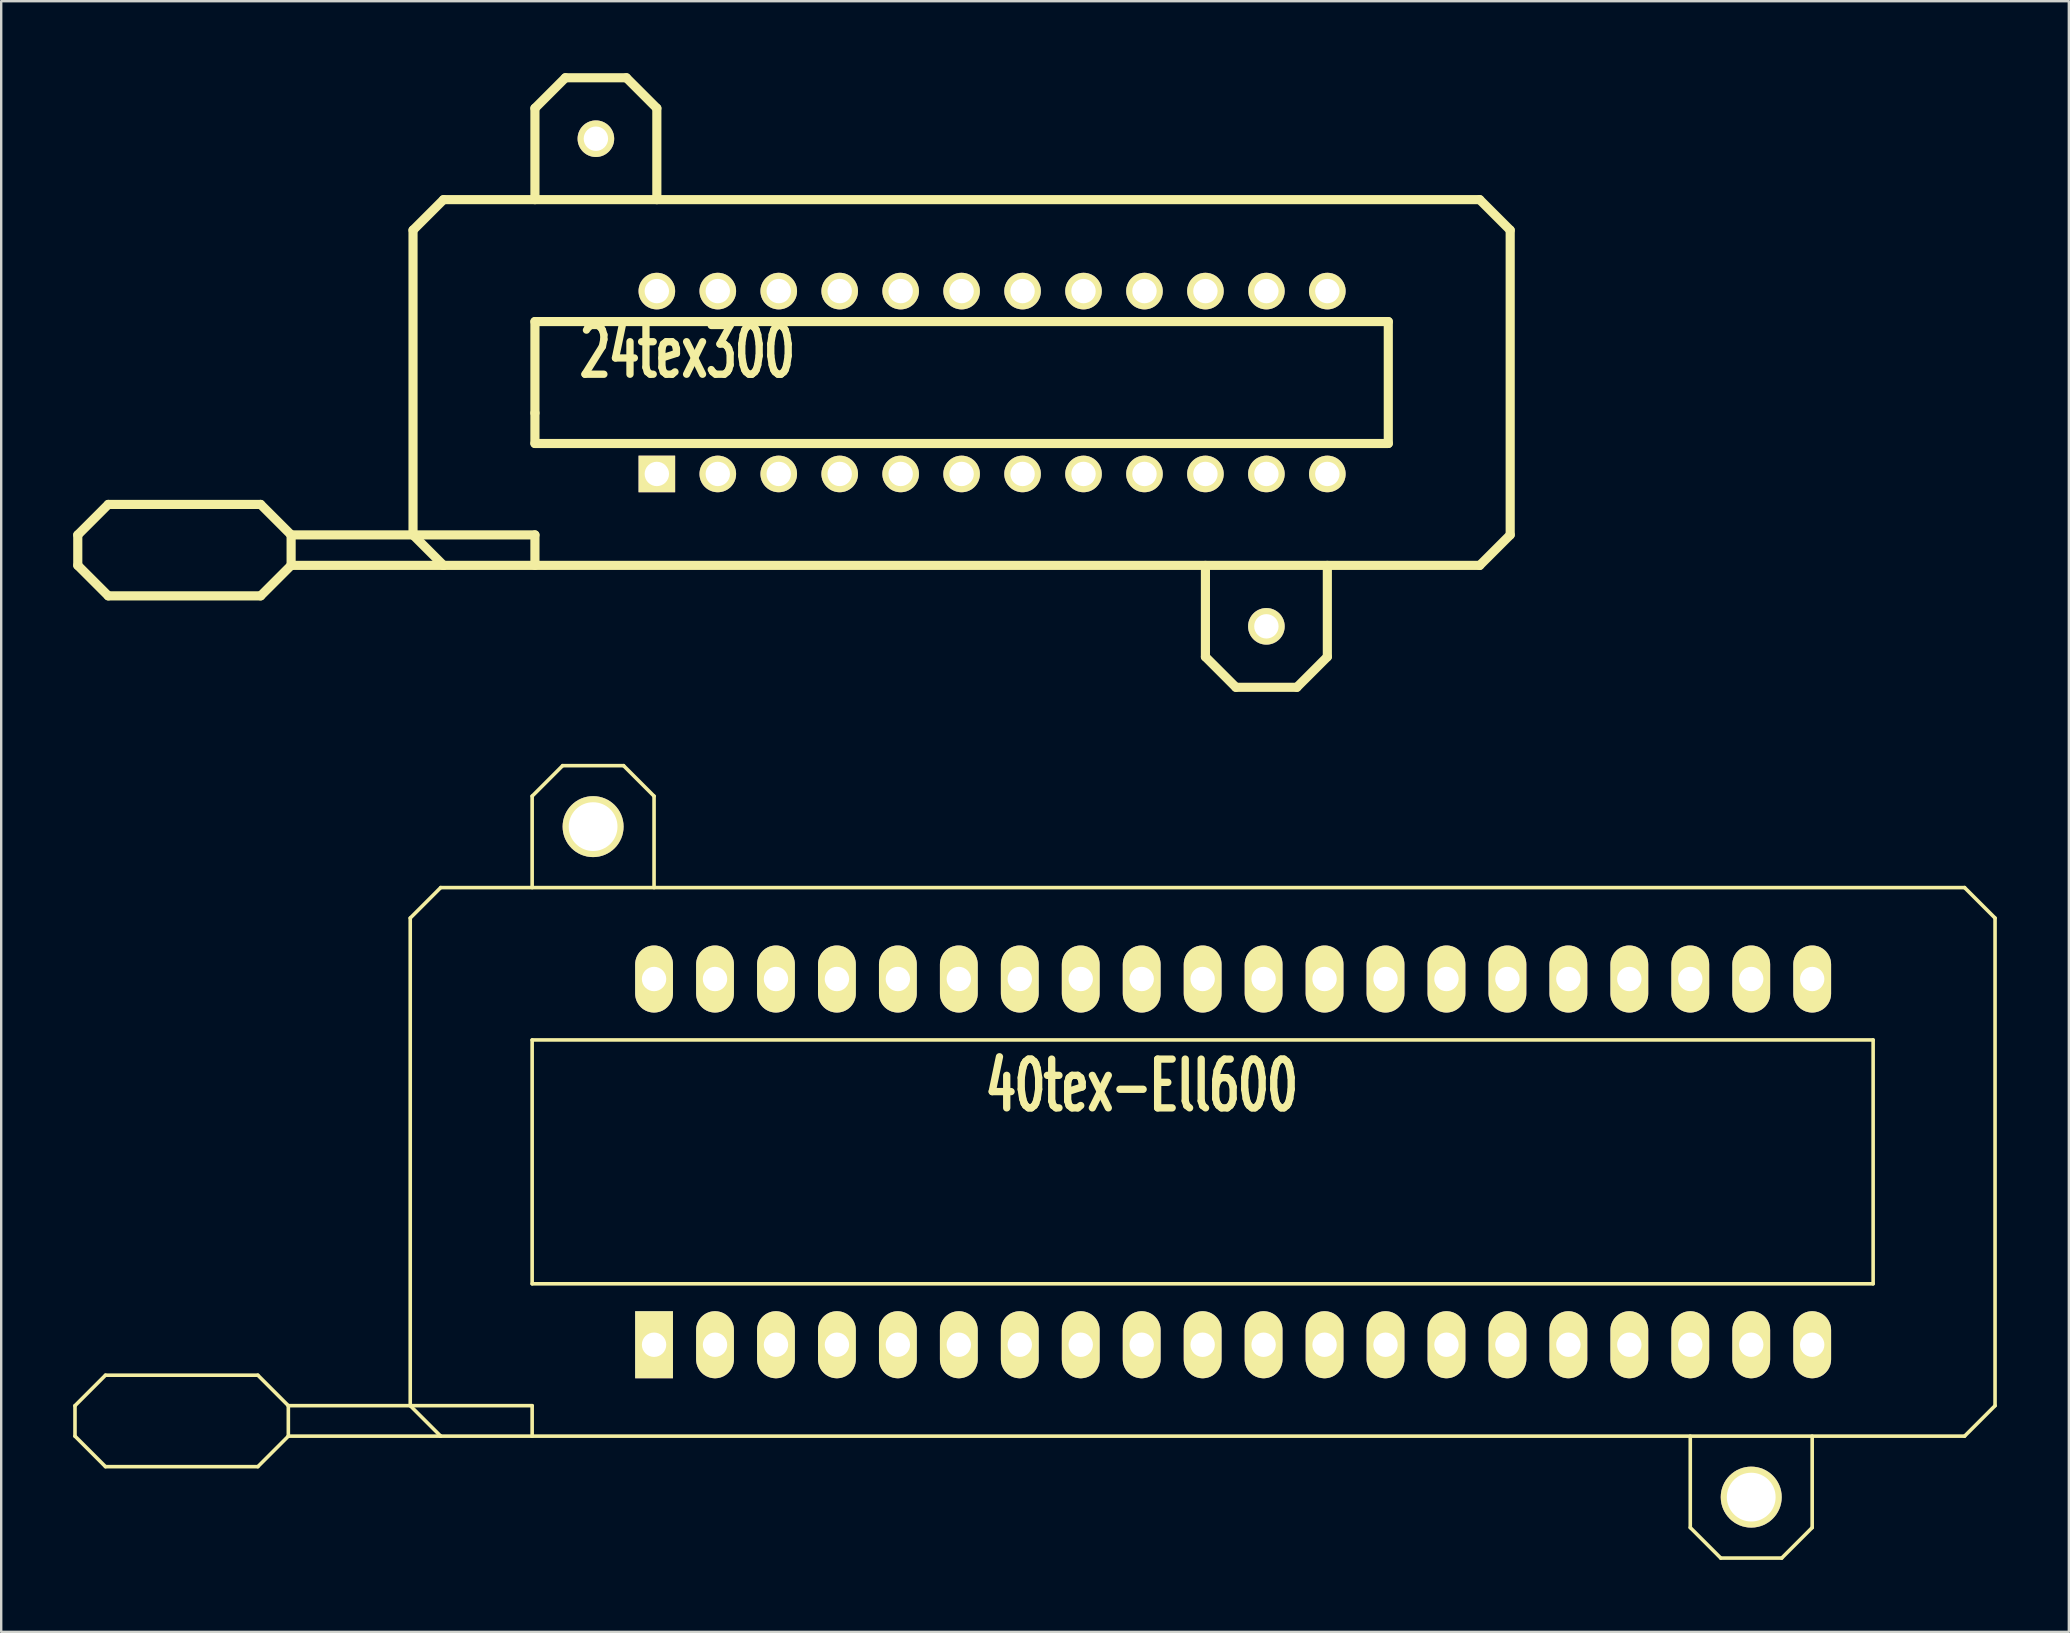
<source format=kicad_pcb>
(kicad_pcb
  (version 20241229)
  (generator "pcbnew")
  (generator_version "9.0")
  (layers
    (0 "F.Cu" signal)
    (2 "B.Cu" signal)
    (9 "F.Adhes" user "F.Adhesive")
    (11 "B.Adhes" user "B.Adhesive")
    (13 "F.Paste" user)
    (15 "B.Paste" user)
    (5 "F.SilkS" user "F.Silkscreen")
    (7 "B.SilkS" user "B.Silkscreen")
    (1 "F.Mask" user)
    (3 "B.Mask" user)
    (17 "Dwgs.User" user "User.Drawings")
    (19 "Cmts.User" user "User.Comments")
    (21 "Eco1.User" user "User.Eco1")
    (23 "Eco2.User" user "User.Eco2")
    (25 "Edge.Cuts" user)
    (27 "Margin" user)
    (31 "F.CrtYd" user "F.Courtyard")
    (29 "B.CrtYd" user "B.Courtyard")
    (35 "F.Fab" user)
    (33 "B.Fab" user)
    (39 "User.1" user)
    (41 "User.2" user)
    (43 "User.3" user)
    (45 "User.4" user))
  (footprint "40tex-Ell600"
    (layer "F.Cu")
    (at 48.335 45.366)
    (property "Reference" "40tex-Ell600" (at -3.81 -3.175 0) (layer "F.SilkS") (effects (font (size 2.032 1.27) (thickness 0.305))))
    (attr through_hole)
    (fp_line (start -48.26 10.16) (end -48.26 11.43) (stroke (width 0.15) (type solid)) (layer "F.SilkS"))
    (fp_line (start -48.26 11.43) (end -46.99 12.7) (stroke (width 0.15) (type solid)) (layer "F.SilkS"))
    (fp_line (start -46.99 8.89) (end -48.26 10.16) (stroke (width 0.15) (type solid)) (layer "F.SilkS"))
    (fp_line (start -46.99 12.7) (end -40.64 12.7) (stroke (width 0.15) (type solid)) (layer "F.SilkS"))
    (fp_line (start -40.64 8.89) (end -46.99 8.89) (stroke (width 0.15) (type solid)) (layer "F.SilkS"))
    (fp_line (start -40.64 12.7) (end -39.37 11.43) (stroke (width 0.15) (type solid)) (layer "F.SilkS"))
    (fp_line (start -39.37 10.16) (end -40.64 8.89) (stroke (width 0.15) (type solid)) (layer "F.SilkS"))
    (fp_line (start -39.37 10.16) (end -29.21 10.16) (stroke (width 0.15) (type solid)) (layer "F.SilkS"))
    (fp_line (start -39.37 11.43) (end -39.37 10.16) (stroke (width 0.15) (type solid)) (layer "F.SilkS"))
    (fp_line (start -39.37 11.43) (end -33.02 11.43) (stroke (width 0.15) (type solid)) (layer "F.SilkS"))
    (fp_line (start -34.29 -10.16) (end -33.02 -11.43) (stroke (width 0.15) (type solid)) (layer "F.SilkS"))
    (fp_line (start -34.29 10.16) (end -34.29 -10.16) (stroke (width 0.15) (type solid)) (layer "F.SilkS"))
    (fp_line (start -33.02 -11.43) (end 30.48 -11.43) (stroke (width 0.15) (type solid)) (layer "F.SilkS"))
    (fp_line (start -33.02 11.43) (end -34.29 10.16) (stroke (width 0.15) (type solid)) (layer "F.SilkS"))
    (fp_line (start -29.21 -15.24) (end -29.21 -11.43) (stroke (width 0.15) (type solid)) (layer "F.SilkS"))
    (fp_line (start -29.21 -5.08) (end 26.67 -5.08) (stroke (width 0.15) (type solid)) (layer "F.SilkS"))
    (fp_line (start -29.21 5.08) (end -29.21 -5.08) (stroke (width 0.15) (type solid)) (layer "F.SilkS"))
    (fp_line (start -29.21 10.16) (end -29.21 11.43) (stroke (width 0.15) (type solid)) (layer "F.SilkS"))
    (fp_line (start -27.94 -16.51) (end -29.21 -15.24) (stroke (width 0.15) (type solid)) (layer "F.SilkS"))
    (fp_line (start -25.4 -16.51) (end -27.94 -16.51) (stroke (width 0.15) (type solid)) (layer "F.SilkS"))
    (fp_line (start -24.13 -15.24) (end -25.4 -16.51) (stroke (width 0.15) (type solid)) (layer "F.SilkS"))
    (fp_line (start -24.13 -11.43) (end -24.13 -15.24) (stroke (width 0.15) (type solid)) (layer "F.SilkS"))
    (fp_line (start 19.05 15.24) (end 19.05 11.43) (stroke (width 0.15) (type solid)) (layer "F.SilkS"))
    (fp_line (start 20.32 16.51) (end 19.05 15.24) (stroke (width 0.15) (type solid)) (layer "F.SilkS"))
    (fp_line (start 22.86 16.51) (end 20.32 16.51) (stroke (width 0.15) (type solid)) (layer "F.SilkS"))
    (fp_line (start 24.13 11.43) (end 24.13 15.24) (stroke (width 0.15) (type solid)) (layer "F.SilkS"))
    (fp_line (start 24.13 15.24) (end 22.86 16.51) (stroke (width 0.15) (type solid)) (layer "F.SilkS"))
    (fp_line (start 26.67 -5.08) (end 26.67 5.08) (stroke (width 0.15) (type solid)) (layer "F.SilkS"))
    (fp_line (start 26.67 5.08) (end -29.21 5.08) (stroke (width 0.15) (type solid)) (layer "F.SilkS"))
    (fp_line (start 30.48 -11.43) (end 31.75 -10.16) (stroke (width 0.15) (type solid)) (layer "F.SilkS"))
    (fp_line (start 30.48 11.43) (end -33.02 11.43) (stroke (width 0.15) (type solid)) (layer "F.SilkS"))
    (fp_line (start 31.75 -10.16) (end 31.75 10.16) (stroke (width 0.15) (type solid)) (layer "F.SilkS"))
    (fp_line (start 31.75 10.16) (end 30.48 11.43) (stroke (width 0.15) (type solid)) (layer "F.SilkS"))
    (pad "1" thru_hole rect (at -24.13 7.62) (size 1.575 2.794) (drill 1.016) (layers "*.Cu" "*.Mask" "F.SilkS"))
    (pad "2" thru_hole oval (at -21.59 7.62) (size 1.575 2.794) (drill 1.016) (layers "*.Cu" "*.Mask" "F.SilkS"))
    (pad "3" thru_hole oval (at -19.05 7.62) (size 1.575 2.794) (drill 1.016) (layers "*.Cu" "*.Mask" "F.SilkS"))
    (pad "4" thru_hole oval (at -16.51 7.62) (size 1.575 2.794) (drill 1.016) (layers "*.Cu" "*.Mask" "F.SilkS"))
    (pad "5" thru_hole oval (at -13.97 7.62) (size 1.575 2.794) (drill 1.016) (layers "*.Cu" "*.Mask" "F.SilkS"))
    (pad "6" thru_hole oval (at -11.43 7.62) (size 1.575 2.794) (drill 1.016) (layers "*.Cu" "*.Mask" "F.SilkS"))
    (pad "7" thru_hole oval (at -8.89 7.62) (size 1.575 2.794) (drill 1.016) (layers "*.Cu" "*.Mask" "F.SilkS"))
    (pad "8" thru_hole oval (at -6.35 7.62) (size 1.575 2.794) (drill 1.016) (layers "*.Cu" "*.Mask" "F.SilkS"))
    (pad "9" thru_hole oval (at -3.81 7.62) (size 1.575 2.794) (drill 1.016) (layers "*.Cu" "*.Mask" "F.SilkS"))
    (pad "10" thru_hole oval (at -1.27 7.62) (size 1.575 2.794) (drill 1.016) (layers "*.Cu" "*.Mask" "F.SilkS"))
    (pad "11" thru_hole oval (at 1.27 7.62) (size 1.575 2.794) (drill 1.016) (layers "*.Cu" "*.Mask" "F.SilkS"))
    (pad "12" thru_hole oval (at 3.81 7.62) (size 1.575 2.794) (drill 1.016) (layers "*.Cu" "*.Mask" "F.SilkS"))
    (pad "13" thru_hole oval (at 6.35 7.62) (size 1.575 2.794) (drill 1.016) (layers "*.Cu" "*.Mask" "F.SilkS"))
    (pad "14" thru_hole oval (at 8.89 7.62) (size 1.575 2.794) (drill 1.016) (layers "*.Cu" "*.Mask" "F.SilkS"))
    (pad "15" thru_hole oval (at 11.43 7.62) (size 1.575 2.794) (drill 1.016) (layers "*.Cu" "*.Mask" "F.SilkS"))
    (pad "16" thru_hole oval (at 13.97 7.62) (size 1.575 2.794) (drill 1.016) (layers "*.Cu" "*.Mask" "F.SilkS"))
    (pad "17" thru_hole oval (at 16.51 7.62) (size 1.575 2.794) (drill 1.016) (layers "*.Cu" "*.Mask" "F.SilkS"))
    (pad "18" thru_hole oval (at 19.05 7.62) (size 1.575 2.794) (drill 1.016) (layers "*.Cu" "*.Mask" "F.SilkS"))
    (pad "19" thru_hole oval (at 21.59 7.62) (size 1.575 2.794) (drill 1.016) (layers "*.Cu" "*.Mask" "F.SilkS"))
    (pad "20" thru_hole oval (at 24.13 7.62) (size 1.575 2.794) (drill 1.016) (layers "*.Cu" "*.Mask" "F.SilkS"))
    (pad "21" thru_hole oval (at 24.13 -7.62) (size 1.575 2.794) (drill 1.016) (layers "*.Cu" "*.Mask" "F.SilkS"))
    (pad "22" thru_hole oval (at 21.59 -7.62) (size 1.575 2.794) (drill 1.016) (layers "*.Cu" "*.Mask" "F.SilkS"))
    (pad "23" thru_hole oval (at 19.05 -7.62) (size 1.575 2.794) (drill 1.016) (layers "*.Cu" "*.Mask" "F.SilkS"))
    (pad "24" thru_hole oval (at 16.51 -7.62) (size 1.575 2.794) (drill 1.016) (layers "*.Cu" "*.Mask" "F.SilkS"))
    (pad "25" thru_hole oval (at 13.97 -7.62) (size 1.575 2.794) (drill 1.016) (layers "*.Cu" "*.Mask" "F.SilkS"))
    (pad "26" thru_hole oval (at 11.43 -7.62) (size 1.575 2.794) (drill 1.016) (layers "*.Cu" "*.Mask" "F.SilkS"))
    (pad "27" thru_hole oval (at 8.89 -7.62) (size 1.575 2.794) (drill 1.016) (layers "*.Cu" "*.Mask" "F.SilkS"))
    (pad "28" thru_hole oval (at 6.35 -7.62) (size 1.575 2.794) (drill 1.016) (layers "*.Cu" "*.Mask" "F.SilkS"))
    (pad "29" thru_hole oval (at 3.81 -7.62) (size 1.575 2.794) (drill 1.016) (layers "*.Cu" "*.Mask" "F.SilkS"))
    (pad "30" thru_hole oval (at 1.27 -7.62) (size 1.575 2.794) (drill 1.016) (layers "*.Cu" "*.Mask" "F.SilkS"))
    (pad "31" thru_hole oval (at -1.27 -7.62) (size 1.575 2.794) (drill 1.016) (layers "*.Cu" "*.Mask" "F.SilkS"))
    (pad "32" thru_hole oval (at -3.81 -7.62) (size 1.575 2.794) (drill 1.016) (layers "*.Cu" "*.Mask" "F.SilkS"))
    (pad "33" thru_hole oval (at -6.35 -7.62) (size 1.575 2.794) (drill 1.016) (layers "*.Cu" "*.Mask" "F.SilkS"))
    (pad "34" thru_hole oval (at -8.89 -7.62) (size 1.575 2.794) (drill 1.016) (layers "*.Cu" "*.Mask" "F.SilkS"))
    (pad "35" thru_hole oval (at -11.43 -7.62) (size 1.575 2.794) (drill 1.016) (layers "*.Cu" "*.Mask" "F.SilkS"))
    (pad "36" thru_hole oval (at -13.97 -7.62) (size 1.575 2.794) (drill 1.016) (layers "*.Cu" "*.Mask" "F.SilkS"))
    (pad "37" thru_hole oval (at -16.51 -7.62) (size 1.575 2.794) (drill 1.016) (layers "*.Cu" "*.Mask" "F.SilkS"))
    (pad "38" thru_hole oval (at -19.05 -7.62) (size 1.575 2.794) (drill 1.016) (layers "*.Cu" "*.Mask" "F.SilkS"))
    (pad "39" thru_hole oval (at -21.59 -7.62) (size 1.575 2.794) (drill 1.016) (layers "*.Cu" "*.Mask" "F.SilkS"))
    (pad "40" thru_hole oval (at -24.13 -7.62) (size 1.575 2.794) (drill 1.016) (layers "*.Cu" "*.Mask" "F.SilkS"))
    (pad "HOLE" thru_hole circle (at -26.67 -13.97) (size 2.54 2.54) (drill 2.032) (layers "*.Cu" "*.Mask" "F.SilkS"))
    (pad "HOLE" thru_hole circle (at 21.59 13.97) (size 2.54 2.54) (drill 2.032) (layers "*.Cu" "*.Mask" "F.SilkS")))
  (footprint "24tex300"
    (layer "F.Cu")
    (at 38.291 12.89)
    (property "Reference" "24tex300" (at -12.7 -1.27 0) (layer "F.SilkS") (effects (font (size 2.032 1.27) (thickness 0.305))))
    (attr through_hole)
    (fp_line (start -38.1 6.35) (end -38.1 7.62) (stroke (width 0.381) (type solid)) (layer "F.SilkS"))
    (fp_line (start -38.1 7.62) (end -36.83 8.89) (stroke (width 0.381) (type solid)) (layer "F.SilkS"))
    (fp_line (start -36.83 5.08) (end -38.1 6.35) (stroke (width 0.381) (type solid)) (layer "F.SilkS"))
    (fp_line (start -36.83 8.89) (end -30.48 8.89) (stroke (width 0.381) (type solid)) (layer "F.SilkS"))
    (fp_line (start -30.48 5.08) (end -36.83 5.08) (stroke (width 0.381) (type solid)) (layer "F.SilkS"))
    (fp_line (start -30.48 5.08) (end -29.21 6.35) (stroke (width 0.381) (type solid)) (layer "F.SilkS"))
    (fp_line (start -30.48 8.89) (end -29.21 7.62) (stroke (width 0.381) (type solid)) (layer "F.SilkS"))
    (fp_line (start -29.21 6.35) (end -29.21 7.62) (stroke (width 0.381) (type solid)) (layer "F.SilkS"))
    (fp_line (start -29.21 6.35) (end -19.05 6.35) (stroke (width 0.381) (type solid)) (layer "F.SilkS"))
    (fp_line (start -29.21 7.62) (end -22.86 7.62) (stroke (width 0.381) (type solid)) (layer "F.SilkS"))
    (fp_line (start -24.13 -6.35) (end -24.13 6.35) (stroke (width 0.381) (type solid)) (layer "F.SilkS"))
    (fp_line (start -24.13 6.35) (end -22.86 7.62) (stroke (width 0.381) (type solid)) (layer "F.SilkS"))
    (fp_line (start -22.86 -7.62) (end -24.13 -6.35) (stroke (width 0.381) (type solid)) (layer "F.SilkS"))
    (fp_line (start -22.86 7.62) (end 20.32 7.62) (stroke (width 0.381) (type solid)) (layer "F.SilkS"))
    (fp_line (start -19.05 -11.43) (end -19.05 -7.62) (stroke (width 0.381) (type solid)) (layer "F.SilkS"))
    (fp_line (start -19.05 -2.54) (end 16.51 -2.54) (stroke (width 0.381) (type solid)) (layer "F.SilkS"))
    (fp_line (start -19.05 1.27) (end -19.05 -2.54) (stroke (width 0.381) (type solid)) (layer "F.SilkS"))
    (fp_line (start -19.05 2.54) (end -19.05 1.27) (stroke (width 0.381) (type solid)) (layer "F.SilkS"))
    (fp_line (start -19.05 6.35) (end -19.05 7.62) (stroke (width 0.381) (type solid)) (layer "F.SilkS"))
    (fp_line (start -17.78 -12.7) (end -19.05 -11.43) (stroke (width 0.381) (type solid)) (layer "F.SilkS"))
    (fp_line (start -15.24 -12.7) (end -17.78 -12.7) (stroke (width 0.381) (type solid)) (layer "F.SilkS"))
    (fp_line (start -13.97 -11.43) (end -15.24 -12.7) (stroke (width 0.381) (type solid)) (layer "F.SilkS"))
    (fp_line (start -13.97 -7.62) (end -13.97 -11.43) (stroke (width 0.381) (type solid)) (layer "F.SilkS"))
    (fp_line (start 8.89 11.43) (end 8.89 7.62) (stroke (width 0.381) (type solid)) (layer "F.SilkS"))
    (fp_line (start 10.16 12.7) (end 8.89 11.43) (stroke (width 0.381) (type solid)) (layer "F.SilkS"))
    (fp_line (start 12.7 12.7) (end 10.16 12.7) (stroke (width 0.381) (type solid)) (layer "F.SilkS"))
    (fp_line (start 13.97 7.62) (end 13.97 11.43) (stroke (width 0.381) (type solid)) (layer "F.SilkS"))
    (fp_line (start 13.97 11.43) (end 12.7 12.7) (stroke (width 0.381) (type solid)) (layer "F.SilkS"))
    (fp_line (start 16.51 -2.54) (end 16.51 2.54) (stroke (width 0.381) (type solid)) (layer "F.SilkS"))
    (fp_line (start 16.51 2.54) (end -19.05 2.54) (stroke (width 0.381) (type solid)) (layer "F.SilkS"))
    (fp_line (start 20.32 -7.62) (end -22.86 -7.62) (stroke (width 0.381) (type solid)) (layer "F.SilkS"))
    (fp_line (start 20.32 7.62) (end 21.59 6.35) (stroke (width 0.381) (type solid)) (layer "F.SilkS"))
    (fp_line (start 21.59 -6.35) (end 20.32 -7.62) (stroke (width 0.381) (type solid)) (layer "F.SilkS"))
    (fp_line (start 21.59 6.35) (end 21.59 -6.35) (stroke (width 0.381) (type solid)) (layer "F.SilkS"))
    (pad "1" thru_hole rect (at -13.97 3.81) (size 1.524 1.524) (drill 1.016) (layers "*.Cu" "*.Mask" "F.SilkS"))
    (pad "2" thru_hole circle (at -11.43 3.81) (size 1.524 1.524) (drill 1.016) (layers "*.Cu" "*.Mask" "F.SilkS"))
    (pad "3" thru_hole circle (at -8.89 3.81) (size 1.524 1.524) (drill 1.016) (layers "*.Cu" "*.Mask" "F.SilkS"))
    (pad "4" thru_hole circle (at -6.35 3.81) (size 1.524 1.524) (drill 1.016) (layers "*.Cu" "*.Mask" "F.SilkS"))
    (pad "5" thru_hole circle (at -3.81 3.81) (size 1.524 1.524) (drill 1.016) (layers "*.Cu" "*.Mask" "F.SilkS"))
    (pad "6" thru_hole circle (at -1.27 3.81) (size 1.524 1.524) (drill 1.016) (layers "*.Cu" "*.Mask" "F.SilkS"))
    (pad "7" thru_hole circle (at 1.27 3.81) (size 1.524 1.524) (drill 1.016) (layers "*.Cu" "*.Mask" "F.SilkS"))
    (pad "8" thru_hole circle (at 3.81 3.81) (size 1.524 1.524) (drill 1.016) (layers "*.Cu" "*.Mask" "F.SilkS"))
    (pad "9" thru_hole circle (at 6.35 3.81) (size 1.524 1.524) (drill 1.016) (layers "*.Cu" "*.Mask" "F.SilkS"))
    (pad "10" thru_hole circle (at 8.89 3.81) (size 1.524 1.524) (drill 1.016) (layers "*.Cu" "*.Mask" "F.SilkS"))
    (pad "11" thru_hole circle (at 11.43 3.81) (size 1.524 1.524) (drill 1.016) (layers "*.Cu" "*.Mask" "F.SilkS"))
    (pad "12" thru_hole circle (at 13.97 3.81) (size 1.524 1.524) (drill 1.016) (layers "*.Cu" "*.Mask" "F.SilkS"))
    (pad "13" thru_hole circle (at 13.97 -3.81) (size 1.524 1.524) (drill 1.016) (layers "*.Cu" "*.Mask" "F.SilkS"))
    (pad "14" thru_hole circle (at 11.43 -3.81) (size 1.524 1.524) (drill 1.016) (layers "*.Cu" "*.Mask" "F.SilkS"))
    (pad "15" thru_hole circle (at 8.89 -3.81) (size 1.524 1.524) (drill 1.016) (layers "*.Cu" "*.Mask" "F.SilkS"))
    (pad "16" thru_hole circle (at 6.35 -3.81) (size 1.524 1.524) (drill 1.016) (layers "*.Cu" "*.Mask" "F.SilkS"))
    (pad "17" thru_hole circle (at 3.81 -3.81) (size 1.524 1.524) (drill 1.016) (layers "*.Cu" "*.Mask" "F.SilkS"))
    (pad "18" thru_hole circle (at 1.27 -3.81) (size 1.524 1.524) (drill 1.016) (layers "*.Cu" "*.Mask" "F.SilkS"))
    (pad "19" thru_hole circle (at -1.27 -3.81) (size 1.524 1.524) (drill 1.016) (layers "*.Cu" "*.Mask" "F.SilkS"))
    (pad "20" thru_hole circle (at -3.81 -3.81) (size 1.524 1.524) (drill 1.016) (layers "*.Cu" "*.Mask" "F.SilkS"))
    (pad "21" thru_hole circle (at -6.35 -3.81) (size 1.524 1.524) (drill 1.016) (layers "*.Cu" "*.Mask" "F.SilkS"))
    (pad "22" thru_hole circle (at -8.89 -3.81) (size 1.524 1.524) (drill 1.016) (layers "*.Cu" "*.Mask" "F.SilkS"))
    (pad "23" thru_hole circle (at -11.43 -3.81) (size 1.524 1.524) (drill 1.016) (layers "*.Cu" "*.Mask" "F.SilkS"))
    (pad "24" thru_hole circle (at -13.97 -3.81) (size 1.524 1.524) (drill 1.016) (layers "*.Cu" "*.Mask" "F.SilkS"))
    (pad "HOLE" thru_hole circle (at -16.51 -10.16) (size 1.524 1.524) (drill 1.016) (layers "*.Cu" "*.Mask" "F.SilkS"))
    (pad "HOLE" thru_hole circle (at 11.43 10.16) (size 1.524 1.524) (drill 1.016) (layers "*.Cu" "*.Mask" "F.SilkS")))
  (gr_rect
    (start -3 -3)
    (end 83.16 64.951)
    (stroke (width 0.1) (type default))
    (fill no)
    (layer "Edge.Cuts")))
</source>
